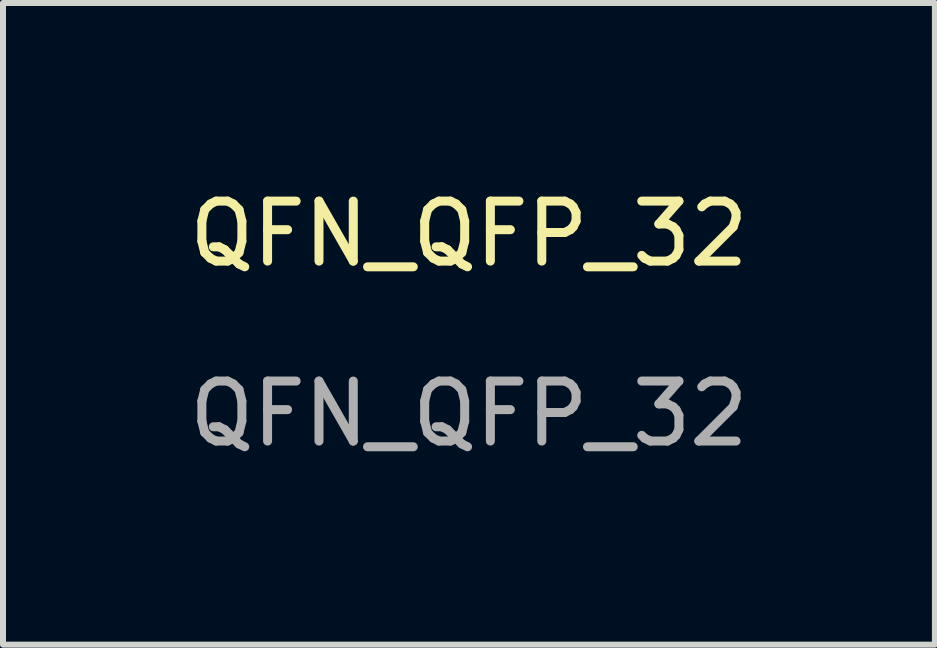
<source format=kicad_pcb>
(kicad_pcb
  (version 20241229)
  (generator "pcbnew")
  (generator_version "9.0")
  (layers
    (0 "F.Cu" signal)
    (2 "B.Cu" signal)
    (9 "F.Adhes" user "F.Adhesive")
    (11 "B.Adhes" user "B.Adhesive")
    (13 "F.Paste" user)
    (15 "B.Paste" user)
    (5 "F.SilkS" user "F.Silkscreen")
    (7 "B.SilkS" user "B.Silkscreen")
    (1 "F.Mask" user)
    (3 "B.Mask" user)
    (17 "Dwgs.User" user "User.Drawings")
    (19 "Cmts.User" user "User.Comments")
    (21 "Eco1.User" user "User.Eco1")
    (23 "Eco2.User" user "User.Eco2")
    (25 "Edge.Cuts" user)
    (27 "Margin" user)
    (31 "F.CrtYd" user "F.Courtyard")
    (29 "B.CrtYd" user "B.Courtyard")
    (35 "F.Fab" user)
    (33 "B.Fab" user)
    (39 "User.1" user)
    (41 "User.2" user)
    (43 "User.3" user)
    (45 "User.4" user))
  (footprint "QFN_QFP_32"
    (layer "F.Cu")
    (at 4.768 1.348)
    (property "Reference" "QFN_QFP_32" (at 0 -0.5 0) (unlocked yes) (layer "F.SilkS") (effects (font (size 1 1) (thickness 0.15))))
    (attr smd)
    (fp_text user "${REFERENCE}" (at 0 2.5 0) (unlocked yes) (layer "F.Fab") (effects (font (size 1 1) (thickness 0.15)))))
  (gr_rect
    (start -3 -3)
    (end 12.536 7.697)
    (stroke (width 0.1) (type default))
    (fill no)
    (layer "Edge.Cuts")))
</source>
